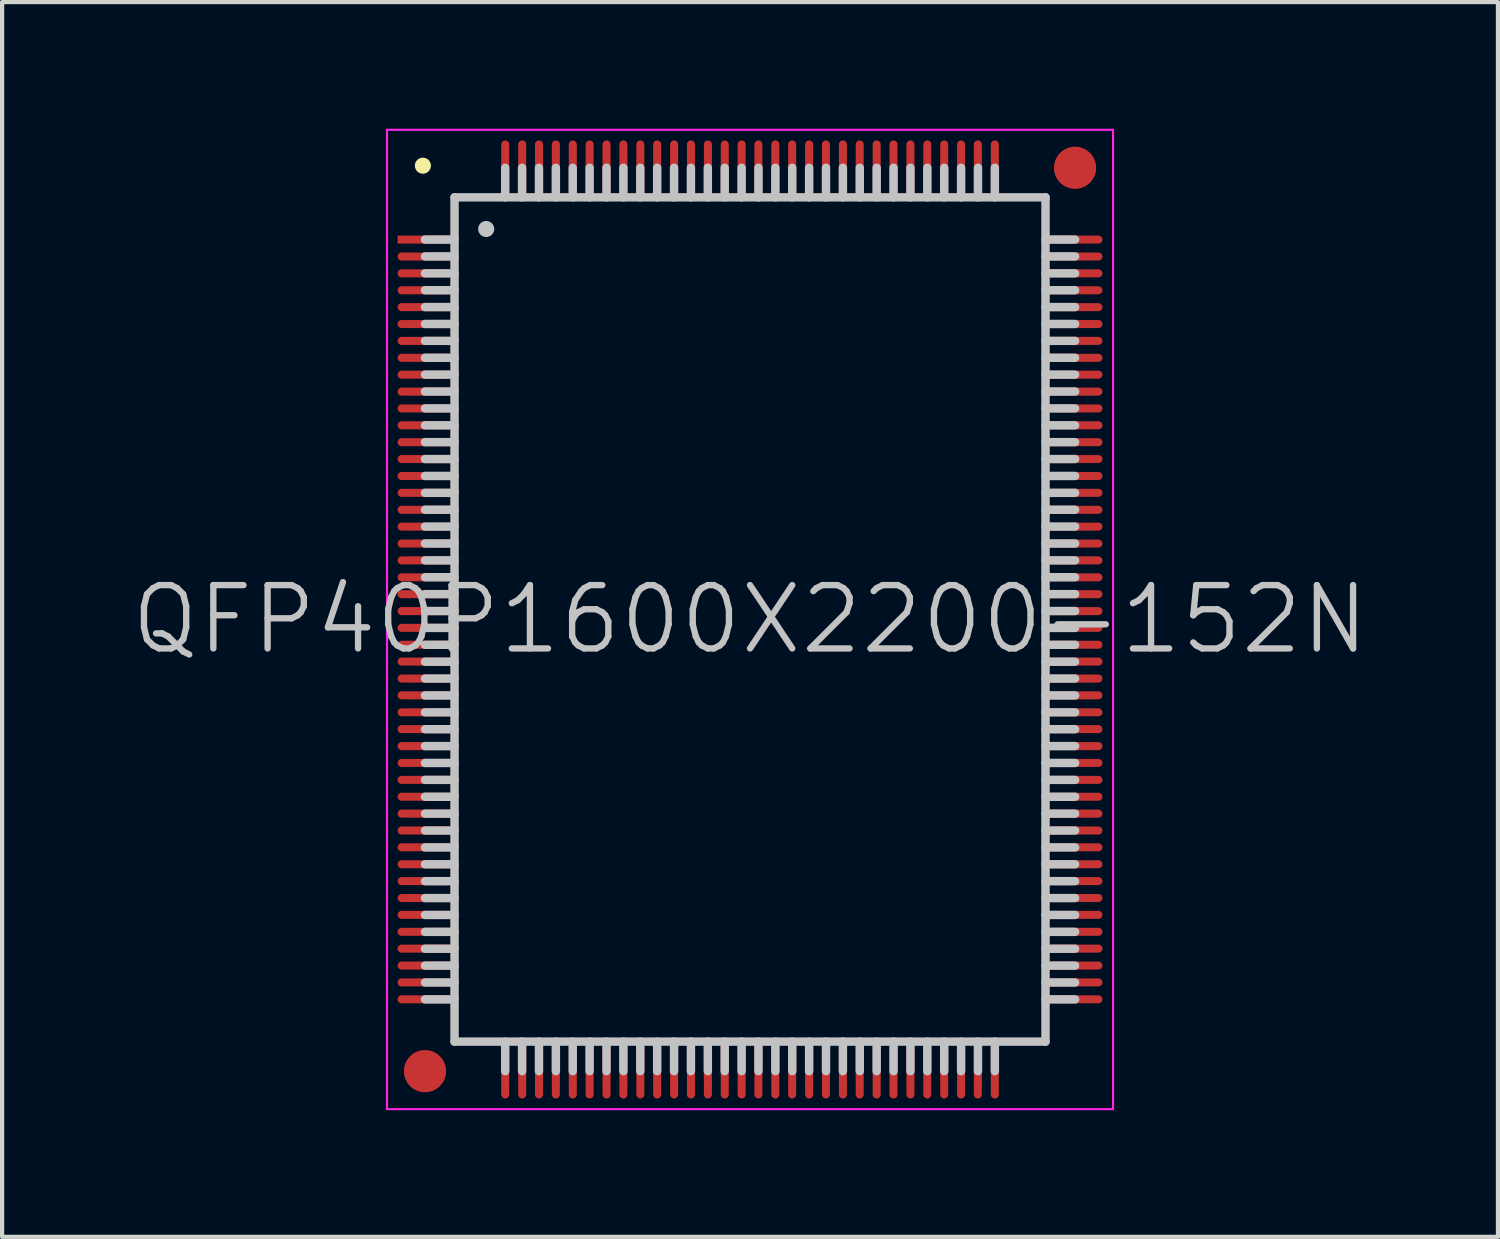
<source format=kicad_pcb>
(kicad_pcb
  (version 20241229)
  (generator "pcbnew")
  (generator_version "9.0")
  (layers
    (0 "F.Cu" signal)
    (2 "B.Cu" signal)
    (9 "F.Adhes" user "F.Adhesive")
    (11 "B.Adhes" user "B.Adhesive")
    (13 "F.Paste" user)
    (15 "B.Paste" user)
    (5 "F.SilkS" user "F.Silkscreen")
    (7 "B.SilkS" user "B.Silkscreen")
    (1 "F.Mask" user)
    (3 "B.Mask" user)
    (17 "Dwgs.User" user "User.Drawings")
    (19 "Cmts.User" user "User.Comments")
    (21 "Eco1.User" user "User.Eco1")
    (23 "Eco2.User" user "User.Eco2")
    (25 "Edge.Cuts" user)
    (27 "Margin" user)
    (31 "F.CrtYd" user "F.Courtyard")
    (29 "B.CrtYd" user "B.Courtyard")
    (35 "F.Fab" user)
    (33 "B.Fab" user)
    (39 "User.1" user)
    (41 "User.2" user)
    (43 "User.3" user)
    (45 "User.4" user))
  (footprint "QFP40P1600X2200-152N"
    (layer "F.Cu")
    (at 14.718 11.625)
    (property "Reference" "QFP40P1600X2200-152N" (at 0 0 0) (layer "Dwgs.User") (effects (font (size 1.5 1.5) (thickness 0.15))))
    (attr smd)
    (fp_line (start -7.75 -10.75) (end -7.75 -10.75) (stroke (width 0.381) (type solid)) (layer "F.SilkS"))
    (fp_line (start -7 -10) (end -7 10) (stroke (width 0.2) (type solid)) (layer "Dwgs.User"))
    (fp_line (start -7 -10) (end 7 -10) (stroke (width 0.2) (type solid)) (layer "Dwgs.User"))
    (fp_line (start -7 -9) (end -7.7 -9) (stroke (width 0.2) (type solid)) (layer "Dwgs.User"))
    (fp_line (start -7 -8.6) (end -7.7 -8.6) (stroke (width 0.2) (type solid)) (layer "Dwgs.User"))
    (fp_line (start -7 -8.2) (end -7.7 -8.2) (stroke (width 0.2) (type solid)) (layer "Dwgs.User"))
    (fp_line (start -7 -7.8) (end -7.7 -7.8) (stroke (width 0.2) (type solid)) (layer "Dwgs.User"))
    (fp_line (start -7 -7.4) (end -7.7 -7.4) (stroke (width 0.2) (type solid)) (layer "Dwgs.User"))
    (fp_line (start -7 -7) (end -7.7 -7) (stroke (width 0.2) (type solid)) (layer "Dwgs.User"))
    (fp_line (start -7 -6.6) (end -7.7 -6.6) (stroke (width 0.2) (type solid)) (layer "Dwgs.User"))
    (fp_line (start -7 -6.2) (end -7.7 -6.2) (stroke (width 0.2) (type solid)) (layer "Dwgs.User"))
    (fp_line (start -7 -5.8) (end -7.7 -5.8) (stroke (width 0.2) (type solid)) (layer "Dwgs.User"))
    (fp_line (start -7 -5.4) (end -7.7 -5.4) (stroke (width 0.2) (type solid)) (layer "Dwgs.User"))
    (fp_line (start -7 -5) (end -7.7 -5) (stroke (width 0.2) (type solid)) (layer "Dwgs.User"))
    (fp_line (start -7 -4.6) (end -7.7 -4.6) (stroke (width 0.2) (type solid)) (layer "Dwgs.User"))
    (fp_line (start -7 -4.2) (end -7.7 -4.2) (stroke (width 0.2) (type solid)) (layer "Dwgs.User"))
    (fp_line (start -7 -3.8) (end -7.7 -3.8) (stroke (width 0.2) (type solid)) (layer "Dwgs.User"))
    (fp_line (start -7 -3.4) (end -7.7 -3.4) (stroke (width 0.2) (type solid)) (layer "Dwgs.User"))
    (fp_line (start -7 -3) (end -7.7 -3) (stroke (width 0.2) (type solid)) (layer "Dwgs.User"))
    (fp_line (start -7 -2.6) (end -7.7 -2.6) (stroke (width 0.2) (type solid)) (layer "Dwgs.User"))
    (fp_line (start -7 -2.2) (end -7.7 -2.2) (stroke (width 0.2) (type solid)) (layer "Dwgs.User"))
    (fp_line (start -7 -1.8) (end -7.7 -1.8) (stroke (width 0.2) (type solid)) (layer "Dwgs.User"))
    (fp_line (start -7 -1.4) (end -7.7 -1.4) (stroke (width 0.2) (type solid)) (layer "Dwgs.User"))
    (fp_line (start -7 -1) (end -7.7 -1) (stroke (width 0.2) (type solid)) (layer "Dwgs.User"))
    (fp_line (start -7 -0.6) (end -7.7 -0.6) (stroke (width 0.2) (type solid)) (layer "Dwgs.User"))
    (fp_line (start -7 -0.2) (end -7.7 -0.2) (stroke (width 0.2) (type solid)) (layer "Dwgs.User"))
    (fp_line (start -7 0.2) (end -7.7 0.2) (stroke (width 0.2) (type solid)) (layer "Dwgs.User"))
    (fp_line (start -7 0.6) (end -7.7 0.6) (stroke (width 0.2) (type solid)) (layer "Dwgs.User"))
    (fp_line (start -7 1) (end -7.7 1) (stroke (width 0.2) (type solid)) (layer "Dwgs.User"))
    (fp_line (start -7 1.4) (end -7.7 1.4) (stroke (width 0.2) (type solid)) (layer "Dwgs.User"))
    (fp_line (start -7 1.8) (end -7.7 1.8) (stroke (width 0.2) (type solid)) (layer "Dwgs.User"))
    (fp_line (start -7 2.2) (end -7.7 2.2) (stroke (width 0.2) (type solid)) (layer "Dwgs.User"))
    (fp_line (start -7 2.6) (end -7.7 2.6) (stroke (width 0.2) (type solid)) (layer "Dwgs.User"))
    (fp_line (start -7 3) (end -7.7 3) (stroke (width 0.2) (type solid)) (layer "Dwgs.User"))
    (fp_line (start -7 3.4) (end -7.7 3.4) (stroke (width 0.2) (type solid)) (layer "Dwgs.User"))
    (fp_line (start -7 3.8) (end -7.7 3.8) (stroke (width 0.2) (type solid)) (layer "Dwgs.User"))
    (fp_line (start -7 4.2) (end -7.7 4.2) (stroke (width 0.2) (type solid)) (layer "Dwgs.User"))
    (fp_line (start -7 4.6) (end -7.7 4.6) (stroke (width 0.2) (type solid)) (layer "Dwgs.User"))
    (fp_line (start -7 5) (end -7.7 5) (stroke (width 0.2) (type solid)) (layer "Dwgs.User"))
    (fp_line (start -7 5.4) (end -7.7 5.4) (stroke (width 0.2) (type solid)) (layer "Dwgs.User"))
    (fp_line (start -7 5.8) (end -7.7 5.8) (stroke (width 0.2) (type solid)) (layer "Dwgs.User"))
    (fp_line (start -7 6.2) (end -7.7 6.2) (stroke (width 0.2) (type solid)) (layer "Dwgs.User"))
    (fp_line (start -7 6.6) (end -7.7 6.6) (stroke (width 0.2) (type solid)) (layer "Dwgs.User"))
    (fp_line (start -7 7) (end -7.7 7) (stroke (width 0.2) (type solid)) (layer "Dwgs.User"))
    (fp_line (start -7 7.4) (end -7.7 7.4) (stroke (width 0.2) (type solid)) (layer "Dwgs.User"))
    (fp_line (start -7 7.8) (end -7.7 7.8) (stroke (width 0.2) (type solid)) (layer "Dwgs.User"))
    (fp_line (start -7 8.2) (end -7.7 8.2) (stroke (width 0.2) (type solid)) (layer "Dwgs.User"))
    (fp_line (start -7 8.6) (end -7.7 8.6) (stroke (width 0.2) (type solid)) (layer "Dwgs.User"))
    (fp_line (start -7 9) (end -7.7 9) (stroke (width 0.2) (type solid)) (layer "Dwgs.User"))
    (fp_line (start -7 10) (end 7 10) (stroke (width 0.2) (type solid)) (layer "Dwgs.User"))
    (fp_line (start -6.25 -9.25) (end -6.25 -9.25) (stroke (width 0.381) (type solid)) (layer "Dwgs.User"))
    (fp_line (start -5.8 -10) (end -5.8 -10.7) (stroke (width 0.2) (type solid)) (layer "Dwgs.User"))
    (fp_line (start -5.8 10.7) (end -5.8 10) (stroke (width 0.2) (type solid)) (layer "Dwgs.User"))
    (fp_line (start -5.4 -10) (end -5.4 -10.7) (stroke (width 0.2) (type solid)) (layer "Dwgs.User"))
    (fp_line (start -5.4 10.7) (end -5.4 10) (stroke (width 0.2) (type solid)) (layer "Dwgs.User"))
    (fp_line (start -5 -10) (end -5 -10.7) (stroke (width 0.2) (type solid)) (layer "Dwgs.User"))
    (fp_line (start -5 10.7) (end -5 10) (stroke (width 0.2) (type solid)) (layer "Dwgs.User"))
    (fp_line (start -4.6 -10) (end -4.6 -10.7) (stroke (width 0.2) (type solid)) (layer "Dwgs.User"))
    (fp_line (start -4.6 10.7) (end -4.6 10) (stroke (width 0.2) (type solid)) (layer "Dwgs.User"))
    (fp_line (start -4.2 -10) (end -4.2 -10.7) (stroke (width 0.2) (type solid)) (layer "Dwgs.User"))
    (fp_line (start -4.2 10.7) (end -4.2 10) (stroke (width 0.2) (type solid)) (layer "Dwgs.User"))
    (fp_line (start -3.8 -10) (end -3.8 -10.7) (stroke (width 0.2) (type solid)) (layer "Dwgs.User"))
    (fp_line (start -3.8 10.7) (end -3.8 10) (stroke (width 0.2) (type solid)) (layer "Dwgs.User"))
    (fp_line (start -3.4 -10) (end -3.4 -10.7) (stroke (width 0.2) (type solid)) (layer "Dwgs.User"))
    (fp_line (start -3.4 10.7) (end -3.4 10) (stroke (width 0.2) (type solid)) (layer "Dwgs.User"))
    (fp_line (start -3 -10) (end -3 -10.7) (stroke (width 0.2) (type solid)) (layer "Dwgs.User"))
    (fp_line (start -3 10.7) (end -3 10) (stroke (width 0.2) (type solid)) (layer "Dwgs.User"))
    (fp_line (start -2.6 -10) (end -2.6 -10.7) (stroke (width 0.2) (type solid)) (layer "Dwgs.User"))
    (fp_line (start -2.6 10.7) (end -2.6 10) (stroke (width 0.2) (type solid)) (layer "Dwgs.User"))
    (fp_line (start -2.2 -10) (end -2.2 -10.7) (stroke (width 0.2) (type solid)) (layer "Dwgs.User"))
    (fp_line (start -2.2 10.7) (end -2.2 10) (stroke (width 0.2) (type solid)) (layer "Dwgs.User"))
    (fp_line (start -1.8 -10) (end -1.8 -10.7) (stroke (width 0.2) (type solid)) (layer "Dwgs.User"))
    (fp_line (start -1.8 10.7) (end -1.8 10) (stroke (width 0.2) (type solid)) (layer "Dwgs.User"))
    (fp_line (start -1.4 -10) (end -1.4 -10.7) (stroke (width 0.2) (type solid)) (layer "Dwgs.User"))
    (fp_line (start -1.4 10.7) (end -1.4 10) (stroke (width 0.2) (type solid)) (layer "Dwgs.User"))
    (fp_line (start -1 -10) (end -1 -10.7) (stroke (width 0.2) (type solid)) (layer "Dwgs.User"))
    (fp_line (start -1 10.7) (end -1 10) (stroke (width 0.2) (type solid)) (layer "Dwgs.User"))
    (fp_line (start -0.6 -10) (end -0.6 -10.7) (stroke (width 0.2) (type solid)) (layer "Dwgs.User"))
    (fp_line (start -0.6 10.7) (end -0.6 10) (stroke (width 0.2) (type solid)) (layer "Dwgs.User"))
    (fp_line (start -0.2 -10) (end -0.2 -10.7) (stroke (width 0.2) (type solid)) (layer "Dwgs.User"))
    (fp_line (start -0.2 10.7) (end -0.2 10) (stroke (width 0.2) (type solid)) (layer "Dwgs.User"))
    (fp_line (start 0.2 -10) (end 0.2 -10.7) (stroke (width 0.2) (type solid)) (layer "Dwgs.User"))
    (fp_line (start 0.2 10.7) (end 0.2 10) (stroke (width 0.2) (type solid)) (layer "Dwgs.User"))
    (fp_line (start 0.6 -10) (end 0.6 -10.7) (stroke (width 0.2) (type solid)) (layer "Dwgs.User"))
    (fp_line (start 0.6 10.7) (end 0.6 10) (stroke (width 0.2) (type solid)) (layer "Dwgs.User"))
    (fp_line (start 1 -10) (end 1 -10.7) (stroke (width 0.2) (type solid)) (layer "Dwgs.User"))
    (fp_line (start 1 10.7) (end 1 10) (stroke (width 0.2) (type solid)) (layer "Dwgs.User"))
    (fp_line (start 1.4 -10) (end 1.4 -10.7) (stroke (width 0.2) (type solid)) (layer "Dwgs.User"))
    (fp_line (start 1.4 10.7) (end 1.4 10) (stroke (width 0.2) (type solid)) (layer "Dwgs.User"))
    (fp_line (start 1.8 -10) (end 1.8 -10.7) (stroke (width 0.2) (type solid)) (layer "Dwgs.User"))
    (fp_line (start 1.8 10.7) (end 1.8 10) (stroke (width 0.2) (type solid)) (layer "Dwgs.User"))
    (fp_line (start 2.2 -10) (end 2.2 -10.7) (stroke (width 0.2) (type solid)) (layer "Dwgs.User"))
    (fp_line (start 2.2 10.7) (end 2.2 10) (stroke (width 0.2) (type solid)) (layer "Dwgs.User"))
    (fp_line (start 2.6 -10) (end 2.6 -10.7) (stroke (width 0.2) (type solid)) (layer "Dwgs.User"))
    (fp_line (start 2.6 10.7) (end 2.6 10) (stroke (width 0.2) (type solid)) (layer "Dwgs.User"))
    (fp_line (start 3 -10) (end 3 -10.7) (stroke (width 0.2) (type solid)) (layer "Dwgs.User"))
    (fp_line (start 3 10.7) (end 3 10) (stroke (width 0.2) (type solid)) (layer "Dwgs.User"))
    (fp_line (start 3.4 -10) (end 3.4 -10.7) (stroke (width 0.2) (type solid)) (layer "Dwgs.User"))
    (fp_line (start 3.4 10.7) (end 3.4 10) (stroke (width 0.2) (type solid)) (layer "Dwgs.User"))
    (fp_line (start 3.8 -10) (end 3.8 -10.7) (stroke (width 0.2) (type solid)) (layer "Dwgs.User"))
    (fp_line (start 3.8 10.7) (end 3.8 10) (stroke (width 0.2) (type solid)) (layer "Dwgs.User"))
    (fp_line (start 4.2 -10) (end 4.2 -10.7) (stroke (width 0.2) (type solid)) (layer "Dwgs.User"))
    (fp_line (start 4.2 10.7) (end 4.2 10) (stroke (width 0.2) (type solid)) (layer "Dwgs.User"))
    (fp_line (start 4.6 -10) (end 4.6 -10.7) (stroke (width 0.2) (type solid)) (layer "Dwgs.User"))
    (fp_line (start 4.6 10.7) (end 4.6 10) (stroke (width 0.2) (type solid)) (layer "Dwgs.User"))
    (fp_line (start 5 -10) (end 5 -10.7) (stroke (width 0.2) (type solid)) (layer "Dwgs.User"))
    (fp_line (start 5 10.7) (end 5 10) (stroke (width 0.2) (type solid)) (layer "Dwgs.User"))
    (fp_line (start 5.4 -10) (end 5.4 -10.7) (stroke (width 0.2) (type solid)) (layer "Dwgs.User"))
    (fp_line (start 5.4 10.7) (end 5.4 10) (stroke (width 0.2) (type solid)) (layer "Dwgs.User"))
    (fp_line (start 5.8 -10) (end 5.8 -10.7) (stroke (width 0.2) (type solid)) (layer "Dwgs.User"))
    (fp_line (start 5.8 10.7) (end 5.8 10) (stroke (width 0.2) (type solid)) (layer "Dwgs.User"))
    (fp_line (start 7 -10) (end 7 10) (stroke (width 0.2) (type solid)) (layer "Dwgs.User"))
    (fp_line (start 7.7 -9) (end 7 -9) (stroke (width 0.2) (type solid)) (layer "Dwgs.User"))
    (fp_line (start 7.7 -8.6) (end 7 -8.6) (stroke (width 0.2) (type solid)) (layer "Dwgs.User"))
    (fp_line (start 7.7 -8.2) (end 7 -8.2) (stroke (width 0.2) (type solid)) (layer "Dwgs.User"))
    (fp_line (start 7.7 -7.8) (end 7 -7.8) (stroke (width 0.2) (type solid)) (layer "Dwgs.User"))
    (fp_line (start 7.7 -7.4) (end 7 -7.4) (stroke (width 0.2) (type solid)) (layer "Dwgs.User"))
    (fp_line (start 7.7 -7) (end 7 -7) (stroke (width 0.2) (type solid)) (layer "Dwgs.User"))
    (fp_line (start 7.7 -6.6) (end 7 -6.6) (stroke (width 0.2) (type solid)) (layer "Dwgs.User"))
    (fp_line (start 7.7 -6.2) (end 7 -6.2) (stroke (width 0.2) (type solid)) (layer "Dwgs.User"))
    (fp_line (start 7.7 -5.8) (end 7 -5.8) (stroke (width 0.2) (type solid)) (layer "Dwgs.User"))
    (fp_line (start 7.7 -5.4) (end 7 -5.4) (stroke (width 0.2) (type solid)) (layer "Dwgs.User"))
    (fp_line (start 7.7 -5) (end 7 -5) (stroke (width 0.2) (type solid)) (layer "Dwgs.User"))
    (fp_line (start 7.7 -4.6) (end 7 -4.6) (stroke (width 0.2) (type solid)) (layer "Dwgs.User"))
    (fp_line (start 7.7 -4.2) (end 7 -4.2) (stroke (width 0.2) (type solid)) (layer "Dwgs.User"))
    (fp_line (start 7.7 -3.8) (end 7 -3.8) (stroke (width 0.2) (type solid)) (layer "Dwgs.User"))
    (fp_line (start 7.7 -3.4) (end 7 -3.4) (stroke (width 0.2) (type solid)) (layer "Dwgs.User"))
    (fp_line (start 7.7 -3) (end 7 -3) (stroke (width 0.2) (type solid)) (layer "Dwgs.User"))
    (fp_line (start 7.7 -2.6) (end 7 -2.6) (stroke (width 0.2) (type solid)) (layer "Dwgs.User"))
    (fp_line (start 7.7 -2.2) (end 7 -2.2) (stroke (width 0.2) (type solid)) (layer "Dwgs.User"))
    (fp_line (start 7.7 -1.8) (end 7 -1.8) (stroke (width 0.2) (type solid)) (layer "Dwgs.User"))
    (fp_line (start 7.7 -1.4) (end 7 -1.4) (stroke (width 0.2) (type solid)) (layer "Dwgs.User"))
    (fp_line (start 7.7 -1) (end 7 -1) (stroke (width 0.2) (type solid)) (layer "Dwgs.User"))
    (fp_line (start 7.7 -0.6) (end 7 -0.6) (stroke (width 0.2) (type solid)) (layer "Dwgs.User"))
    (fp_line (start 7.7 -0.2) (end 7 -0.2) (stroke (width 0.2) (type solid)) (layer "Dwgs.User"))
    (fp_line (start 7.7 0.2) (end 7 0.2) (stroke (width 0.2) (type solid)) (layer "Dwgs.User"))
    (fp_line (start 7.7 0.6) (end 7 0.6) (stroke (width 0.2) (type solid)) (layer "Dwgs.User"))
    (fp_line (start 7.7 1) (end 7 1) (stroke (width 0.2) (type solid)) (layer "Dwgs.User"))
    (fp_line (start 7.7 1.4) (end 7 1.4) (stroke (width 0.2) (type solid)) (layer "Dwgs.User"))
    (fp_line (start 7.7 1.8) (end 7 1.8) (stroke (width 0.2) (type solid)) (layer "Dwgs.User"))
    (fp_line (start 7.7 2.2) (end 7 2.2) (stroke (width 0.2) (type solid)) (layer "Dwgs.User"))
    (fp_line (start 7.7 2.6) (end 7 2.6) (stroke (width 0.2) (type solid)) (layer "Dwgs.User"))
    (fp_line (start 7.7 3) (end 7 3) (stroke (width 0.2) (type solid)) (layer "Dwgs.User"))
    (fp_line (start 7.7 3.4) (end 7 3.4) (stroke (width 0.2) (type solid)) (layer "Dwgs.User"))
    (fp_line (start 7.7 3.8) (end 7 3.8) (stroke (width 0.2) (type solid)) (layer "Dwgs.User"))
    (fp_line (start 7.7 4.2) (end 7 4.2) (stroke (width 0.2) (type solid)) (layer "Dwgs.User"))
    (fp_line (start 7.7 4.6) (end 7 4.6) (stroke (width 0.2) (type solid)) (layer "Dwgs.User"))
    (fp_line (start 7.7 5) (end 7 5) (stroke (width 0.2) (type solid)) (layer "Dwgs.User"))
    (fp_line (start 7.7 5.4) (end 7 5.4) (stroke (width 0.2) (type solid)) (layer "Dwgs.User"))
    (fp_line (start 7.7 5.8) (end 7 5.8) (stroke (width 0.2) (type solid)) (layer "Dwgs.User"))
    (fp_line (start 7.7 6.2) (end 7 6.2) (stroke (width 0.2) (type solid)) (layer "Dwgs.User"))
    (fp_line (start 7.7 6.6) (end 7 6.6) (stroke (width 0.2) (type solid)) (layer "Dwgs.User"))
    (fp_line (start 7.7 7) (end 7 7) (stroke (width 0.2) (type solid)) (layer "Dwgs.User"))
    (fp_line (start 7.7 7.4) (end 7 7.4) (stroke (width 0.2) (type solid)) (layer "Dwgs.User"))
    (fp_line (start 7.7 7.8) (end 7 7.8) (stroke (width 0.2) (type solid)) (layer "Dwgs.User"))
    (fp_line (start 7.7 8.2) (end 7 8.2) (stroke (width 0.2) (type solid)) (layer "Dwgs.User"))
    (fp_line (start 7.7 8.6) (end 7 8.6) (stroke (width 0.2) (type solid)) (layer "Dwgs.User"))
    (fp_line (start 7.7 9) (end 7 9) (stroke (width 0.2) (type solid)) (layer "Dwgs.User"))
    (fp_line (start -8.6 -11.6) (end -8.6 11.6) (stroke (width 0.05) (type solid)) (layer "F.CrtYd"))
    (fp_line (start -8.6 -11.6) (end 8.6 -11.6) (stroke (width 0.05) (type solid)) (layer "F.CrtYd"))
    (fp_line (start -8.6 11.6) (end 8.6 11.6) (stroke (width 0.05) (type solid)) (layer "F.CrtYd"))
    (fp_line (start 8.6 -11.6) (end 8.6 11.6) (stroke (width 0.05) (type solid)) (layer "F.CrtYd"))
    (pad "" smd circle (at -7.7 10.7) (size 1 1) (layers "F.Cu" "F.Mask"))
    (pad "" smd circle (at 7.7 -10.7) (size 1 1) (layers "F.Cu" "F.Mask"))
    (pad "1" smd rect (at -7.699 -8.999 90) (size 0.19 1.3) (layers "F.Cu" "F.Mask" "F.Paste"))
    (pad "2" smd oval (at -7.699 -8.598 90) (size 0.19 1.3) (layers "F.Cu" "F.Mask" "F.Paste"))
    (pad "3" smd oval (at -7.699 -8.199 90) (size 0.19 1.3) (layers "F.Cu" "F.Mask" "F.Paste"))
    (pad "4" smd oval (at -7.699 -7.798 90) (size 0.19 1.3) (layers "F.Cu" "F.Mask" "F.Paste"))
    (pad "5" smd oval (at -7.699 -7.399 90) (size 0.19 1.3) (layers "F.Cu" "F.Mask" "F.Paste"))
    (pad "6" smd oval (at -7.699 -6.998 90) (size 0.19 1.3) (layers "F.Cu" "F.Mask" "F.Paste"))
    (pad "7" smd oval (at -7.699 -6.599 90) (size 0.19 1.3) (layers "F.Cu" "F.Mask" "F.Paste"))
    (pad "8" smd oval (at -7.699 -6.198 90) (size 0.19 1.3) (layers "F.Cu" "F.Mask" "F.Paste"))
    (pad "9" smd oval (at -7.699 -5.799 90) (size 0.19 1.3) (layers "F.Cu" "F.Mask" "F.Paste"))
    (pad "10" smd oval (at -7.699 -5.397 90) (size 0.19 1.3) (layers "F.Cu" "F.Mask" "F.Paste"))
    (pad "11" smd oval (at -7.699 -4.999 90) (size 0.19 1.3) (layers "F.Cu" "F.Mask" "F.Paste"))
    (pad "12" smd oval (at -7.699 -4.6 90) (size 0.19 1.3) (layers "F.Cu" "F.Mask" "F.Paste"))
    (pad "13" smd oval (at -7.699 -4.199 90) (size 0.19 1.3) (layers "F.Cu" "F.Mask" "F.Paste"))
    (pad "14" smd oval (at -7.699 -3.8 90) (size 0.19 1.3) (layers "F.Cu" "F.Mask" "F.Paste"))
    (pad "15" smd oval (at -7.699 -3.399 90) (size 0.19 1.3) (layers "F.Cu" "F.Mask" "F.Paste"))
    (pad "16" smd oval (at -7.699 -3 90) (size 0.19 1.3) (layers "F.Cu" "F.Mask" "F.Paste"))
    (pad "17" smd oval (at -7.699 -2.598 90) (size 0.19 1.3) (layers "F.Cu" "F.Mask" "F.Paste"))
    (pad "18" smd oval (at -7.699 -2.2 90) (size 0.19 1.3) (layers "F.Cu" "F.Mask" "F.Paste"))
    (pad "19" smd oval (at -7.699 -1.798 90) (size 0.19 1.3) (layers "F.Cu" "F.Mask" "F.Paste"))
    (pad "20" smd oval (at -7.699 -1.4 90) (size 0.19 1.3) (layers "F.Cu" "F.Mask" "F.Paste"))
    (pad "21" smd oval (at -7.699 -0.998 90) (size 0.19 1.3) (layers "F.Cu" "F.Mask" "F.Paste"))
    (pad "22" smd oval (at -7.699 -0.599 90) (size 0.19 1.3) (layers "F.Cu" "F.Mask" "F.Paste"))
    (pad "23" smd oval (at -7.699 -0.198 90) (size 0.19 1.3) (layers "F.Cu" "F.Mask" "F.Paste"))
    (pad "24" smd oval (at -7.699 0.198 90) (size 0.19 1.3) (layers "F.Cu" "F.Mask" "F.Paste"))
    (pad "25" smd oval (at -7.699 0.599 90) (size 0.19 1.3) (layers "F.Cu" "F.Mask" "F.Paste"))
    (pad "26" smd oval (at -7.699 0.998 90) (size 0.19 1.3) (layers "F.Cu" "F.Mask" "F.Paste"))
    (pad "27" smd oval (at -7.699 1.4 90) (size 0.19 1.3) (layers "F.Cu" "F.Mask" "F.Paste"))
    (pad "28" smd oval (at -7.699 1.798 90) (size 0.19 1.3) (layers "F.Cu" "F.Mask" "F.Paste"))
    (pad "29" smd oval (at -7.699 2.2 90) (size 0.19 1.3) (layers "F.Cu" "F.Mask" "F.Paste"))
    (pad "30" smd oval (at -7.699 2.598 90) (size 0.19 1.3) (layers "F.Cu" "F.Mask" "F.Paste"))
    (pad "31" smd oval (at -7.699 3 90) (size 0.19 1.3) (layers "F.Cu" "F.Mask" "F.Paste"))
    (pad "32" smd oval (at -7.699 3.399 90) (size 0.19 1.3) (layers "F.Cu" "F.Mask" "F.Paste"))
    (pad "33" smd oval (at -7.699 3.8 90) (size 0.19 1.3) (layers "F.Cu" "F.Mask" "F.Paste"))
    (pad "34" smd oval (at -7.699 4.199 90) (size 0.19 1.3) (layers "F.Cu" "F.Mask" "F.Paste"))
    (pad "35" smd oval (at -7.699 4.6 90) (size 0.19 1.3) (layers "F.Cu" "F.Mask" "F.Paste"))
    (pad "36" smd oval (at -7.699 4.999 90) (size 0.19 1.3) (layers "F.Cu" "F.Mask" "F.Paste"))
    (pad "37" smd oval (at -7.699 5.397 90) (size 0.19 1.3) (layers "F.Cu" "F.Mask" "F.Paste"))
    (pad "38" smd oval (at -7.699 5.799 90) (size 0.19 1.3) (layers "F.Cu" "F.Mask" "F.Paste"))
    (pad "39" smd oval (at -7.699 6.198 90) (size 0.19 1.3) (layers "F.Cu" "F.Mask" "F.Paste"))
    (pad "40" smd oval (at -7.699 6.599 90) (size 0.19 1.3) (layers "F.Cu" "F.Mask" "F.Paste"))
    (pad "41" smd oval (at -7.699 6.998 90) (size 0.19 1.3) (layers "F.Cu" "F.Mask" "F.Paste"))
    (pad "42" smd oval (at -7.699 7.399 90) (size 0.19 1.3) (layers "F.Cu" "F.Mask" "F.Paste"))
    (pad "43" smd oval (at -7.699 7.798 90) (size 0.19 1.3) (layers "F.Cu" "F.Mask" "F.Paste"))
    (pad "44" smd oval (at -7.699 8.199 90) (size 0.19 1.3) (layers "F.Cu" "F.Mask" "F.Paste"))
    (pad "45" smd oval (at -7.699 8.598 90) (size 0.19 1.3) (layers "F.Cu" "F.Mask" "F.Paste"))
    (pad "46" smd oval (at -7.699 8.999 90) (size 0.19 1.3) (layers "F.Cu" "F.Mask" "F.Paste"))
    (pad "47" smd oval (at -5.799 10.698 180) (size 0.19 1.3) (layers "F.Cu" "F.Mask" "F.Paste"))
    (pad "48" smd oval (at -5.397 10.698 180) (size 0.19 1.3) (layers "F.Cu" "F.Mask" "F.Paste"))
    (pad "49" smd oval (at -4.999 10.698 180) (size 0.19 1.3) (layers "F.Cu" "F.Mask" "F.Paste"))
    (pad "50" smd oval (at -4.6 10.698 180) (size 0.19 1.3) (layers "F.Cu" "F.Mask" "F.Paste"))
    (pad "51" smd oval (at -4.199 10.698 180) (size 0.19 1.3) (layers "F.Cu" "F.Mask" "F.Paste"))
    (pad "52" smd oval (at -3.8 10.698 180) (size 0.19 1.3) (layers "F.Cu" "F.Mask" "F.Paste"))
    (pad "53" smd oval (at -3.399 10.698 180) (size 0.19 1.3) (layers "F.Cu" "F.Mask" "F.Paste"))
    (pad "54" smd oval (at -3 10.698 180) (size 0.19 1.3) (layers "F.Cu" "F.Mask" "F.Paste"))
    (pad "55" smd oval (at -2.598 10.698 180) (size 0.19 1.3) (layers "F.Cu" "F.Mask" "F.Paste"))
    (pad "56" smd oval (at -2.2 10.698 180) (size 0.19 1.3) (layers "F.Cu" "F.Mask" "F.Paste"))
    (pad "57" smd oval (at -1.798 10.698 180) (size 0.19 1.3) (layers "F.Cu" "F.Mask" "F.Paste"))
    (pad "58" smd oval (at -1.4 10.698 180) (size 0.19 1.3) (layers "F.Cu" "F.Mask" "F.Paste"))
    (pad "59" smd oval (at -0.998 10.698 180) (size 0.19 1.3) (layers "F.Cu" "F.Mask" "F.Paste"))
    (pad "60" smd oval (at -0.599 10.698 180) (size 0.19 1.3) (layers "F.Cu" "F.Mask" "F.Paste"))
    (pad "61" smd oval (at -0.198 10.698 180) (size 0.19 1.3) (layers "F.Cu" "F.Mask" "F.Paste"))
    (pad "62" smd oval (at 0.198 10.698 180) (size 0.19 1.3) (layers "F.Cu" "F.Mask" "F.Paste"))
    (pad "63" smd oval (at 0.599 10.698 180) (size 0.19 1.3) (layers "F.Cu" "F.Mask" "F.Paste"))
    (pad "64" smd oval (at 0.998 10.698 180) (size 0.19 1.3) (layers "F.Cu" "F.Mask" "F.Paste"))
    (pad "65" smd oval (at 1.4 10.698 180) (size 0.19 1.3) (layers "F.Cu" "F.Mask" "F.Paste"))
    (pad "66" smd oval (at 1.798 10.698 180) (size 0.19 1.3) (layers "F.Cu" "F.Mask" "F.Paste"))
    (pad "67" smd oval (at 2.2 10.698 180) (size 0.19 1.3) (layers "F.Cu" "F.Mask" "F.Paste"))
    (pad "68" smd oval (at 2.598 10.698 180) (size 0.19 1.3) (layers "F.Cu" "F.Mask" "F.Paste"))
    (pad "69" smd oval (at 3 10.698 180) (size 0.19 1.3) (layers "F.Cu" "F.Mask" "F.Paste"))
    (pad "70" smd oval (at 3.399 10.698 180) (size 0.19 1.3) (layers "F.Cu" "F.Mask" "F.Paste"))
    (pad "71" smd oval (at 3.8 10.698 180) (size 0.19 1.3) (layers "F.Cu" "F.Mask" "F.Paste"))
    (pad "72" smd oval (at 4.199 10.698 180) (size 0.19 1.3) (layers "F.Cu" "F.Mask" "F.Paste"))
    (pad "73" smd oval (at 4.6 10.698 180) (size 0.19 1.3) (layers "F.Cu" "F.Mask" "F.Paste"))
    (pad "74" smd oval (at 4.999 10.698 180) (size 0.19 1.3) (layers "F.Cu" "F.Mask" "F.Paste"))
    (pad "75" smd oval (at 5.397 10.698 180) (size 0.19 1.3) (layers "F.Cu" "F.Mask" "F.Paste"))
    (pad "76" smd oval (at 5.799 10.698 180) (size 0.19 1.3) (layers "F.Cu" "F.Mask" "F.Paste"))
    (pad "77" smd oval (at 7.699 8.999 270) (size 0.19 1.3) (layers "F.Cu" "F.Mask" "F.Paste"))
    (pad "78" smd oval (at 7.699 8.598 270) (size 0.19 1.3) (layers "F.Cu" "F.Mask" "F.Paste"))
    (pad "79" smd oval (at 7.699 8.199 270) (size 0.19 1.3) (layers "F.Cu" "F.Mask" "F.Paste"))
    (pad "80" smd oval (at 7.699 7.798 270) (size 0.19 1.3) (layers "F.Cu" "F.Mask" "F.Paste"))
    (pad "81" smd oval (at 7.699 7.399 270) (size 0.19 1.3) (layers "F.Cu" "F.Mask" "F.Paste"))
    (pad "82" smd oval (at 7.699 6.998 270) (size 0.19 1.3) (layers "F.Cu" "F.Mask" "F.Paste"))
    (pad "83" smd oval (at 7.699 6.599 270) (size 0.19 1.3) (layers "F.Cu" "F.Mask" "F.Paste"))
    (pad "84" smd oval (at 7.699 6.198 270) (size 0.19 1.3) (layers "F.Cu" "F.Mask" "F.Paste"))
    (pad "85" smd oval (at 7.699 5.799 270) (size 0.19 1.3) (layers "F.Cu" "F.Mask" "F.Paste"))
    (pad "86" smd oval (at 7.699 5.397 270) (size 0.19 1.3) (layers "F.Cu" "F.Mask" "F.Paste"))
    (pad "87" smd oval (at 7.699 4.999 270) (size 0.19 1.3) (layers "F.Cu" "F.Mask" "F.Paste"))
    (pad "88" smd oval (at 7.699 4.6 270) (size 0.19 1.3) (layers "F.Cu" "F.Mask" "F.Paste"))
    (pad "89" smd oval (at 7.699 4.199 270) (size 0.19 1.3) (layers "F.Cu" "F.Mask" "F.Paste"))
    (pad "90" smd oval (at 7.699 3.8 270) (size 0.19 1.3) (layers "F.Cu" "F.Mask" "F.Paste"))
    (pad "91" smd oval (at 7.699 3.399 270) (size 0.19 1.3) (layers "F.Cu" "F.Mask" "F.Paste"))
    (pad "92" smd oval (at 7.699 3 270) (size 0.19 1.3) (layers "F.Cu" "F.Mask" "F.Paste"))
    (pad "93" smd oval (at 7.699 2.598 270) (size 0.19 1.3) (layers "F.Cu" "F.Mask" "F.Paste"))
    (pad "94" smd oval (at 7.699 2.2 270) (size 0.19 1.3) (layers "F.Cu" "F.Mask" "F.Paste"))
    (pad "95" smd oval (at 7.699 1.798 270) (size 0.19 1.3) (layers "F.Cu" "F.Mask" "F.Paste"))
    (pad "96" smd oval (at 7.699 1.4 270) (size 0.19 1.3) (layers "F.Cu" "F.Mask" "F.Paste"))
    (pad "97" smd oval (at 7.699 0.998 270) (size 0.19 1.3) (layers "F.Cu" "F.Mask" "F.Paste"))
    (pad "98" smd oval (at 7.699 0.599 270) (size 0.19 1.3) (layers "F.Cu" "F.Mask" "F.Paste"))
    (pad "99" smd oval (at 7.699 0.198 270) (size 0.19 1.3) (layers "F.Cu" "F.Mask" "F.Paste"))
    (pad "100" smd oval (at 7.699 -0.198 270) (size 0.19 1.3) (layers "F.Cu" "F.Mask" "F.Paste"))
    (pad "101" smd oval (at 7.699 -0.599 270) (size 0.19 1.3) (layers "F.Cu" "F.Mask" "F.Paste"))
    (pad "102" smd oval (at 7.699 -0.998 270) (size 0.19 1.3) (layers "F.Cu" "F.Mask" "F.Paste"))
    (pad "103" smd oval (at 7.699 -1.4 270) (size 0.19 1.3) (layers "F.Cu" "F.Mask" "F.Paste"))
    (pad "104" smd oval (at 7.699 -1.798 270) (size 0.19 1.3) (layers "F.Cu" "F.Mask" "F.Paste"))
    (pad "105" smd oval (at 7.699 -2.2 270) (size 0.19 1.3) (layers "F.Cu" "F.Mask" "F.Paste"))
    (pad "106" smd oval (at 7.699 -2.598 270) (size 0.19 1.3) (layers "F.Cu" "F.Mask" "F.Paste"))
    (pad "107" smd oval (at 7.699 -3 270) (size 0.19 1.3) (layers "F.Cu" "F.Mask" "F.Paste"))
    (pad "108" smd oval (at 7.699 -3.399 270) (size 0.19 1.3) (layers "F.Cu" "F.Mask" "F.Paste"))
    (pad "109" smd oval (at 7.699 -3.8 270) (size 0.19 1.3) (layers "F.Cu" "F.Mask" "F.Paste"))
    (pad "110" smd oval (at 7.699 -4.199 270) (size 0.19 1.3) (layers "F.Cu" "F.Mask" "F.Paste"))
    (pad "111" smd oval (at 7.699 -4.6 270) (size 0.19 1.3) (layers "F.Cu" "F.Mask" "F.Paste"))
    (pad "112" smd oval (at 7.699 -4.999 270) (size 0.19 1.3) (layers "F.Cu" "F.Mask" "F.Paste"))
    (pad "113" smd oval (at 7.699 -5.397 270) (size 0.19 1.3) (layers "F.Cu" "F.Mask" "F.Paste"))
    (pad "114" smd oval (at 7.699 -5.799 270) (size 0.19 1.3) (layers "F.Cu" "F.Mask" "F.Paste"))
    (pad "115" smd oval (at 7.699 -6.198 270) (size 0.19 1.3) (layers "F.Cu" "F.Mask" "F.Paste"))
    (pad "116" smd oval (at 7.699 -6.599 270) (size 0.19 1.3) (layers "F.Cu" "F.Mask" "F.Paste"))
    (pad "117" smd oval (at 7.699 -6.998 270) (size 0.19 1.3) (layers "F.Cu" "F.Mask" "F.Paste"))
    (pad "118" smd oval (at 7.699 -7.399 270) (size 0.19 1.3) (layers "F.Cu" "F.Mask" "F.Paste"))
    (pad "119" smd oval (at 7.699 -7.798 270) (size 0.19 1.3) (layers "F.Cu" "F.Mask" "F.Paste"))
    (pad "120" smd oval (at 7.699 -8.199 270) (size 0.19 1.3) (layers "F.Cu" "F.Mask" "F.Paste"))
    (pad "121" smd oval (at 7.699 -8.598 270) (size 0.19 1.3) (layers "F.Cu" "F.Mask" "F.Paste"))
    (pad "122" smd oval (at 7.699 -8.999 270) (size 0.19 1.3) (layers "F.Cu" "F.Mask" "F.Paste"))
    (pad "123" smd oval (at 5.799 -10.698) (size 0.19 1.3) (layers "F.Cu" "F.Mask" "F.Paste"))
    (pad "124" smd oval (at 5.397 -10.698) (size 0.19 1.3) (layers "F.Cu" "F.Mask" "F.Paste"))
    (pad "125" smd oval (at 4.999 -10.698) (size 0.19 1.3) (layers "F.Cu" "F.Mask" "F.Paste"))
    (pad "126" smd oval (at 4.6 -10.698) (size 0.19 1.3) (layers "F.Cu" "F.Mask" "F.Paste"))
    (pad "127" smd oval (at 4.199 -10.698) (size 0.19 1.3) (layers "F.Cu" "F.Mask" "F.Paste"))
    (pad "128" smd oval (at 3.8 -10.698) (size 0.19 1.3) (layers "F.Cu" "F.Mask" "F.Paste"))
    (pad "129" smd oval (at 3.399 -10.698) (size 0.19 1.3) (layers "F.Cu" "F.Mask" "F.Paste"))
    (pad "130" smd oval (at 3 -10.698) (size 0.19 1.3) (layers "F.Cu" "F.Mask" "F.Paste"))
    (pad "131" smd oval (at 2.598 -10.698) (size 0.19 1.3) (layers "F.Cu" "F.Mask" "F.Paste"))
    (pad "132" smd oval (at 2.2 -10.698) (size 0.19 1.3) (layers "F.Cu" "F.Mask" "F.Paste"))
    (pad "133" smd oval (at 1.798 -10.698) (size 0.19 1.3) (layers "F.Cu" "F.Mask" "F.Paste"))
    (pad "134" smd oval (at 1.4 -10.698) (size 0.19 1.3) (layers "F.Cu" "F.Mask" "F.Paste"))
    (pad "135" smd oval (at 0.998 -10.698) (size 0.19 1.3) (layers "F.Cu" "F.Mask" "F.Paste"))
    (pad "136" smd oval (at 0.599 -10.698) (size 0.19 1.3) (layers "F.Cu" "F.Mask" "F.Paste"))
    (pad "137" smd oval (at 0.198 -10.698) (size 0.19 1.3) (layers "F.Cu" "F.Mask" "F.Paste"))
    (pad "138" smd oval (at -0.198 -10.698) (size 0.19 1.3) (layers "F.Cu" "F.Mask" "F.Paste"))
    (pad "139" smd oval (at -0.599 -10.698) (size 0.19 1.3) (layers "F.Cu" "F.Mask" "F.Paste"))
    (pad "140" smd oval (at -0.998 -10.698) (size 0.19 1.3) (layers "F.Cu" "F.Mask" "F.Paste"))
    (pad "141" smd oval (at -1.4 -10.698) (size 0.19 1.3) (layers "F.Cu" "F.Mask" "F.Paste"))
    (pad "142" smd oval (at -1.798 -10.698) (size 0.19 1.3) (layers "F.Cu" "F.Mask" "F.Paste"))
    (pad "143" smd oval (at -2.2 -10.698) (size 0.19 1.3) (layers "F.Cu" "F.Mask" "F.Paste"))
    (pad "144" smd oval (at -2.598 -10.698) (size 0.19 1.3) (layers "F.Cu" "F.Mask" "F.Paste"))
    (pad "145" smd oval (at -3 -10.698) (size 0.19 1.3) (layers "F.Cu" "F.Mask" "F.Paste"))
    (pad "146" smd oval (at -3.399 -10.698) (size 0.19 1.3) (layers "F.Cu" "F.Mask" "F.Paste"))
    (pad "147" smd oval (at -3.8 -10.698) (size 0.19 1.3) (layers "F.Cu" "F.Mask" "F.Paste"))
    (pad "148" smd oval (at -4.199 -10.698) (size 0.19 1.3) (layers "F.Cu" "F.Mask" "F.Paste"))
    (pad "149" smd oval (at -4.6 -10.698) (size 0.19 1.3) (layers "F.Cu" "F.Mask" "F.Paste"))
    (pad "150" smd oval (at -4.999 -10.698) (size 0.19 1.3) (layers "F.Cu" "F.Mask" "F.Paste"))
    (pad "151" smd oval (at -5.397 -10.698) (size 0.19 1.3) (layers "F.Cu" "F.Mask" "F.Paste"))
    (pad "152" smd oval (at -5.799 -10.698) (size 0.19 1.3) (layers "F.Cu" "F.Mask" "F.Paste")))
  (gr_rect
    (start -3 -3)
    (end 32.436 26.25)
    (stroke (width 0.1) (type default))
    (fill no)
    (layer "Edge.Cuts")))
</source>
